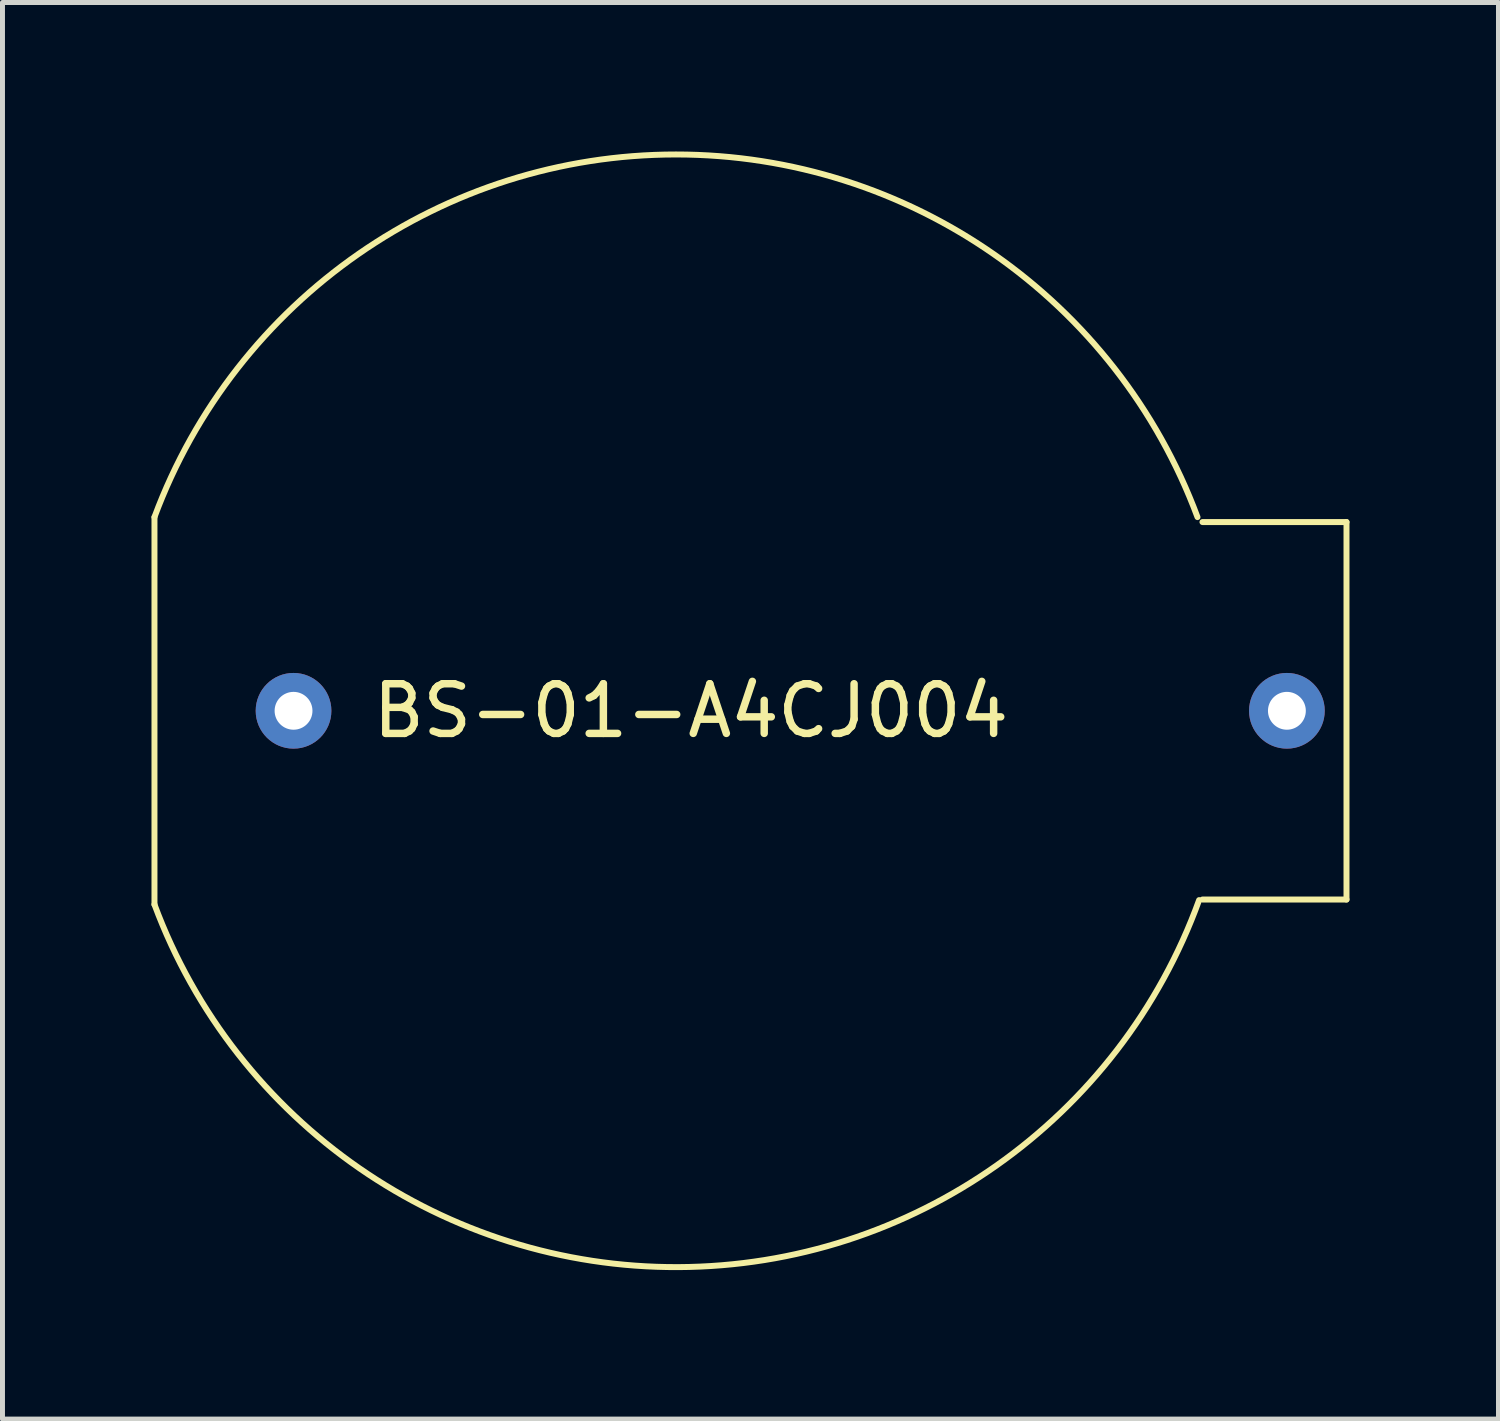
<source format=kicad_pcb>
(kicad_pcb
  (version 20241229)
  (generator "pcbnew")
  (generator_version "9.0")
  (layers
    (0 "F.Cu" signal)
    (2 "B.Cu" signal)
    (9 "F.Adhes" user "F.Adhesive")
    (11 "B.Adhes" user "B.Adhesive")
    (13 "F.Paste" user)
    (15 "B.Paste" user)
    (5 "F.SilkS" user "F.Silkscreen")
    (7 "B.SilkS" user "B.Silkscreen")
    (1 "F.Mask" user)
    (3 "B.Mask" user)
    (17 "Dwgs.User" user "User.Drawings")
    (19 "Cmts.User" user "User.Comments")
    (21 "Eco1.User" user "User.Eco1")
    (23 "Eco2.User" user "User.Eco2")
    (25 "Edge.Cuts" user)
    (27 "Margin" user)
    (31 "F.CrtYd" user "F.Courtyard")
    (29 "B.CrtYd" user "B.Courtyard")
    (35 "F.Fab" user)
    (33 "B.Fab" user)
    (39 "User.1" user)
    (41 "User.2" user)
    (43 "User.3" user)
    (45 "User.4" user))
  (footprint "BS-01-A4CJ004"
    (layer "F.Cu")
    (at 10.56 11.261)
    (property "Reference" "BS-01-A4CJ004" (at 0.3 0 0) (layer "F.SilkS") (effects (font (size 1 1) (thickness 0.15))))
    (attr through_hole)
    (fp_line (start -10.5 3.9) (end -10.5 -3.9) (stroke (width 0.12) (type solid)) (layer "F.SilkS"))
    (fp_line (start 10.6 -3.8) (end 13.5 -3.8) (stroke (width 0.12) (type solid)) (layer "F.SilkS"))
    (fp_line (start 13.5 -3.8) (end 13.5 3.8) (stroke (width 0.12) (type solid)) (layer "F.SilkS"))
    (fp_line (start 13.5 3.8) (end 10.6 3.8) (stroke (width 0.12) (type solid)) (layer "F.SilkS"))
    (fp_arc (start -10.499999 -3.9) (mid 0 -11.200892) (end 10.499999 -3.899999) (stroke (width 0.12) (type solid)) (layer "F.SilkS"))
    (fp_arc (start 10.532369 3.811715) (mid 0.047016 11.200793) (end -10.499999 3.899999) (stroke (width 0.12) (type solid)) (layer "F.SilkS"))
    (pad "1" thru_hole circle (at 12.3 0) (size 1.524 1.524) (drill 0.762) (layers "*.Cu" "*.Mask"))
    (pad "2" thru_hole circle (at -7.7 0) (size 1.524 1.524) (drill 0.762) (layers "*.Cu" "*.Mask")))
  (gr_rect
    (start -3 -3)
    (end 27.12 25.522)
    (stroke (width 0.1) (type default))
    (fill no)
    (layer "Edge.Cuts")))
</source>
